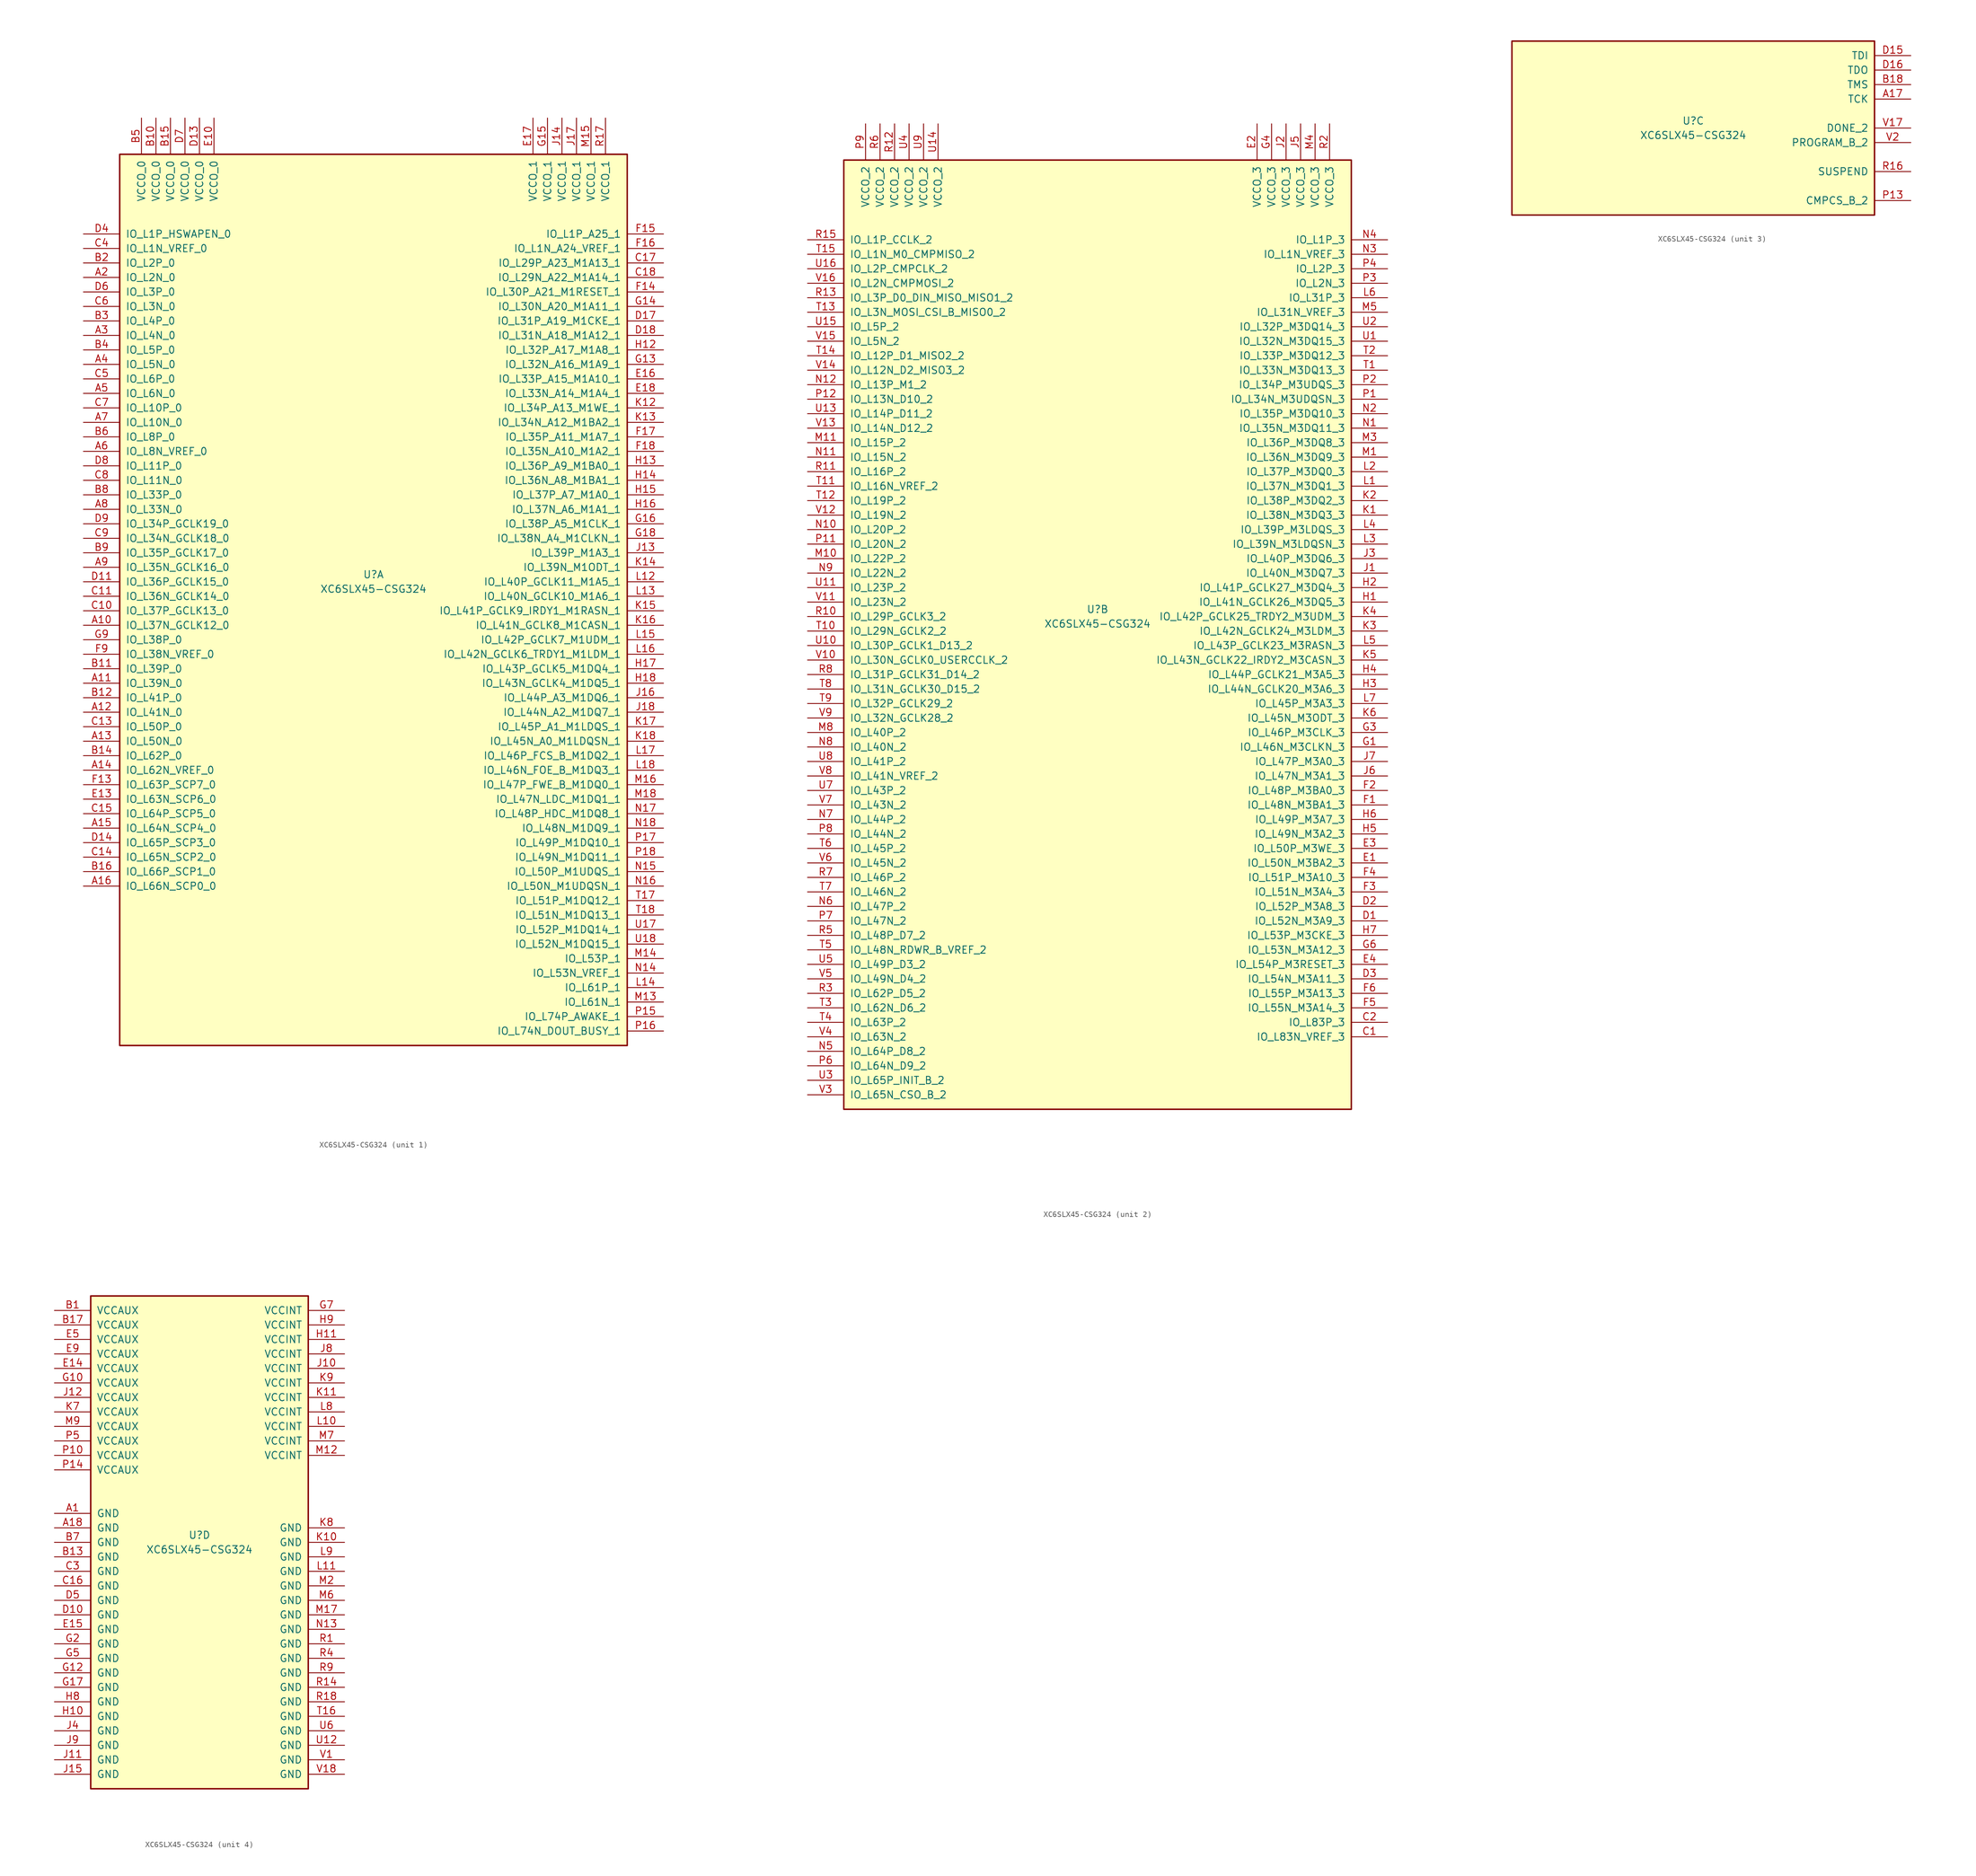
<source format=kicad_sym>
(kicad_symbol_lib
  (version 20220914)
  (generator kicad_symbol_editor)
  (symbol "XC6SLX45-CSG324"
    (pin_names
      (offset 1.016))
    (property "Reference" "U"
      (at 0 1.27 0)
      (effects (font (size 1.27 1.27))))
    (property "Value" "XC6SLX45-CSG324"
      (at 0 -1.27 0)
      (effects (font (size 1.27 1.27))))
    (property "Datasheet" ""
      (at 0 0 0)
      (effects (font (size 1.27 1.27))))
    (property "ki_locked" ""
      (at 0 0 0)
      (effects (font (size 1.27 1.27))))
    (symbol "XC6SLX45-CSG324_1_1"
      (rectangle (start -44.45 74.93) (end 44.45 -81.28) (stroke (width 0.254) (type default)) (fill (type background)))
      (pin bidirectional line (at -50.8 -7.62 0) (length 6.35) (name "IO_L37N_GCLK12_0" (effects (font (size 1.27 1.27)))) (number "A10" (effects (font (size 1.27 1.27)))))
      (pin bidirectional line (at -50.8 -17.78 0) (length 6.35) (name "IO_L39N_0" (effects (font (size 1.27 1.27)))) (number "A11" (effects (font (size 1.27 1.27)))))
      (pin bidirectional line (at -50.8 -22.86 0) (length 6.35) (name "IO_L41N_0" (effects (font (size 1.27 1.27)))) (number "A12" (effects (font (size 1.27 1.27)))))
      (pin bidirectional line (at -50.8 -27.94 0) (length 6.35) (name "IO_L50N_0" (effects (font (size 1.27 1.27)))) (number "A13" (effects (font (size 1.27 1.27)))))
      (pin bidirectional line (at -50.8 -33.02 0) (length 6.35) (name "IO_L62N_VREF_0" (effects (font (size 1.27 1.27)))) (number "A14" (effects (font (size 1.27 1.27)))))
      (pin bidirectional line (at -50.8 -43.18 0) (length 6.35) (name "IO_L64N_SCP4_0" (effects (font (size 1.27 1.27)))) (number "A15" (effects (font (size 1.27 1.27)))))
      (pin bidirectional line (at -50.8 -53.34 0) (length 6.35) (name "IO_L66N_SCP0_0" (effects (font (size 1.27 1.27)))) (number "A16" (effects (font (size 1.27 1.27)))))
      (pin bidirectional line (at -50.8 53.34 0) (length 6.35) (name "IO_L2N_0" (effects (font (size 1.27 1.27)))) (number "A2" (effects (font (size 1.27 1.27)))))
      (pin bidirectional line (at -50.8 43.18 0) (length 6.35) (name "IO_L4N_0" (effects (font (size 1.27 1.27)))) (number "A3" (effects (font (size 1.27 1.27)))))
      (pin bidirectional line (at -50.8 38.1 0) (length 6.35) (name "IO_L5N_0" (effects (font (size 1.27 1.27)))) (number "A4" (effects (font (size 1.27 1.27)))))
      (pin bidirectional line (at -50.8 33.02 0) (length 6.35) (name "IO_L6N_0" (effects (font (size 1.27 1.27)))) (number "A5" (effects (font (size 1.27 1.27)))))
      (pin bidirectional line (at -50.8 22.86 0) (length 6.35) (name "IO_L8N_VREF_0" (effects (font (size 1.27 1.27)))) (number "A6" (effects (font (size 1.27 1.27)))))
      (pin bidirectional line (at -50.8 27.94 0) (length 6.35) (name "IO_L10N_0" (effects (font (size 1.27 1.27)))) (number "A7" (effects (font (size 1.27 1.27)))))
      (pin bidirectional line (at -50.8 12.7 0) (length 6.35) (name "IO_L33N_0" (effects (font (size 1.27 1.27)))) (number "A8" (effects (font (size 1.27 1.27)))))
      (pin bidirectional line (at -50.8 2.54 0) (length 6.35) (name "IO_L35N_GCLK16_0" (effects (font (size 1.27 1.27)))) (number "A9" (effects (font (size 1.27 1.27)))))
      (pin power_in line (at -38.1 81.28 270) (length 6.35) (name "VCCO_0" (effects (font (size 1.27 1.27)))) (number "B10" (effects (font (size 1.27 1.27)))))
      (pin bidirectional line (at -50.8 -15.24 0) (length 6.35) (name "IO_L39P_0" (effects (font (size 1.27 1.27)))) (number "B11" (effects (font (size 1.27 1.27)))))
      (pin bidirectional line (at -50.8 -20.32 0) (length 6.35) (name "IO_L41P_0" (effects (font (size 1.27 1.27)))) (number "B12" (effects (font (size 1.27 1.27)))))
      (pin bidirectional line (at -50.8 -30.48 0) (length 6.35) (name "IO_L62P_0" (effects (font (size 1.27 1.27)))) (number "B14" (effects (font (size 1.27 1.27)))))
      (pin power_in line (at -35.56 81.28 270) (length 6.35) (name "VCCO_0" (effects (font (size 1.27 1.27)))) (number "B15" (effects (font (size 1.27 1.27)))))
      (pin bidirectional line (at -50.8 -50.8 0) (length 6.35) (name "IO_L66P_SCP1_0" (effects (font (size 1.27 1.27)))) (number "B16" (effects (font (size 1.27 1.27)))))
      (pin bidirectional line (at -50.8 55.88 0) (length 6.35) (name "IO_L2P_0" (effects (font (size 1.27 1.27)))) (number "B2" (effects (font (size 1.27 1.27)))))
      (pin bidirectional line (at -50.8 45.72 0) (length 6.35) (name "IO_L4P_0" (effects (font (size 1.27 1.27)))) (number "B3" (effects (font (size 1.27 1.27)))))
      (pin bidirectional line (at -50.8 40.64 0) (length 6.35) (name "IO_L5P_0" (effects (font (size 1.27 1.27)))) (number "B4" (effects (font (size 1.27 1.27)))))
      (pin power_in line (at -40.64 81.28 270) (length 6.35) (name "VCCO_0" (effects (font (size 1.27 1.27)))) (number "B5" (effects (font (size 1.27 1.27)))))
      (pin bidirectional line (at -50.8 25.4 0) (length 6.35) (name "IO_L8P_0" (effects (font (size 1.27 1.27)))) (number "B6" (effects (font (size 1.27 1.27)))))
      (pin bidirectional line (at -50.8 15.24 0) (length 6.35) (name "IO_L33P_0" (effects (font (size 1.27 1.27)))) (number "B8" (effects (font (size 1.27 1.27)))))
      (pin bidirectional line (at -50.8 5.08 0) (length 6.35) (name "IO_L35P_GCLK17_0" (effects (font (size 1.27 1.27)))) (number "B9" (effects (font (size 1.27 1.27)))))
      (pin bidirectional line (at -50.8 -5.08 0) (length 6.35) (name "IO_L37P_GCLK13_0" (effects (font (size 1.27 1.27)))) (number "C10" (effects (font (size 1.27 1.27)))))
      (pin bidirectional line (at -50.8 -2.54 0) (length 6.35) (name "IO_L36N_GCLK14_0" (effects (font (size 1.27 1.27)))) (number "C11" (effects (font (size 1.27 1.27)))))
      (pin bidirectional line (at -50.8 -25.4 0) (length 6.35) (name "IO_L50P_0" (effects (font (size 1.27 1.27)))) (number "C13" (effects (font (size 1.27 1.27)))))
      (pin bidirectional line (at -50.8 -48.26 0) (length 6.35) (name "IO_L65N_SCP2_0" (effects (font (size 1.27 1.27)))) (number "C14" (effects (font (size 1.27 1.27)))))
      (pin bidirectional line (at -50.8 -40.64 0) (length 6.35) (name "IO_L64P_SCP5_0" (effects (font (size 1.27 1.27)))) (number "C15" (effects (font (size 1.27 1.27)))))
      (pin bidirectional line (at 50.8 55.88 180) (length 6.35) (name "IO_L29P_A23_M1A13_1" (effects (font (size 1.27 1.27)))) (number "C17" (effects (font (size 1.27 1.27)))))
      (pin bidirectional line (at 50.8 53.34 180) (length 6.35) (name "IO_L29N_A22_M1A14_1" (effects (font (size 1.27 1.27)))) (number "C18" (effects (font (size 1.27 1.27)))))
      (pin bidirectional line (at -50.8 58.42 0) (length 6.35) (name "IO_L1N_VREF_0" (effects (font (size 1.27 1.27)))) (number "C4" (effects (font (size 1.27 1.27)))))
      (pin bidirectional line (at -50.8 35.56 0) (length 6.35) (name "IO_L6P_0" (effects (font (size 1.27 1.27)))) (number "C5" (effects (font (size 1.27 1.27)))))
      (pin bidirectional line (at -50.8 48.26 0) (length 6.35) (name "IO_L3N_0" (effects (font (size 1.27 1.27)))) (number "C6" (effects (font (size 1.27 1.27)))))
      (pin bidirectional line (at -50.8 30.48 0) (length 6.35) (name "IO_L10P_0" (effects (font (size 1.27 1.27)))) (number "C7" (effects (font (size 1.27 1.27)))))
      (pin bidirectional line (at -50.8 17.78 0) (length 6.35) (name "IO_L11N_0" (effects (font (size 1.27 1.27)))) (number "C8" (effects (font (size 1.27 1.27)))))
      (pin bidirectional line (at -50.8 7.62 0) (length 6.35) (name "IO_L34N_GCLK18_0" (effects (font (size 1.27 1.27)))) (number "C9" (effects (font (size 1.27 1.27)))))
      (pin bidirectional line (at -50.8 0 0) (length 6.35) (name "IO_L36P_GCLK15_0" (effects (font (size 1.27 1.27)))) (number "D11" (effects (font (size 1.27 1.27)))))
      (pin power_in line (at -30.48 81.28 270) (length 6.35) (name "VCCO_0" (effects (font (size 1.27 1.27)))) (number "D13" (effects (font (size 1.27 1.27)))))
      (pin bidirectional line (at -50.8 -45.72 0) (length 6.35) (name "IO_L65P_SCP3_0" (effects (font (size 1.27 1.27)))) (number "D14" (effects (font (size 1.27 1.27)))))
      (pin bidirectional line (at 50.8 45.72 180) (length 6.35) (name "IO_L31P_A19_M1CKE_1" (effects (font (size 1.27 1.27)))) (number "D17" (effects (font (size 1.27 1.27)))))
      (pin bidirectional line (at 50.8 43.18 180) (length 6.35) (name "IO_L31N_A18_M1A12_1" (effects (font (size 1.27 1.27)))) (number "D18" (effects (font (size 1.27 1.27)))))
      (pin bidirectional line (at -50.8 60.96 0) (length 6.35) (name "IO_L1P_HSWAPEN_0" (effects (font (size 1.27 1.27)))) (number "D4" (effects (font (size 1.27 1.27)))))
      (pin bidirectional line (at -50.8 50.8 0) (length 6.35) (name "IO_L3P_0" (effects (font (size 1.27 1.27)))) (number "D6" (effects (font (size 1.27 1.27)))))
      (pin power_in line (at -33.02 81.28 270) (length 6.35) (name "VCCO_0" (effects (font (size 1.27 1.27)))) (number "D7" (effects (font (size 1.27 1.27)))))
      (pin bidirectional line (at -50.8 20.32 0) (length 6.35) (name "IO_L11P_0" (effects (font (size 1.27 1.27)))) (number "D8" (effects (font (size 1.27 1.27)))))
      (pin bidirectional line (at -50.8 10.16 0) (length 6.35) (name "IO_L34P_GCLK19_0" (effects (font (size 1.27 1.27)))) (number "D9" (effects (font (size 1.27 1.27)))))
      (pin power_in line (at -27.94 81.28 270) (length 6.35) (name "VCCO_0" (effects (font (size 1.27 1.27)))) (number "E10" (effects (font (size 1.27 1.27)))))
      (pin bidirectional line (at -50.8 -38.1 0) (length 6.35) (name "IO_L63N_SCP6_0" (effects (font (size 1.27 1.27)))) (number "E13" (effects (font (size 1.27 1.27)))))
      (pin bidirectional line (at 50.8 35.56 180) (length 6.35) (name "IO_L33P_A15_M1A10_1" (effects (font (size 1.27 1.27)))) (number "E16" (effects (font (size 1.27 1.27)))))
      (pin power_in line (at 27.94 81.28 270) (length 6.35) (name "VCCO_1" (effects (font (size 1.27 1.27)))) (number "E17" (effects (font (size 1.27 1.27)))))
      (pin bidirectional line (at 50.8 33.02 180) (length 6.35) (name "IO_L33N_A14_M1A4_1" (effects (font (size 1.27 1.27)))) (number "E18" (effects (font (size 1.27 1.27)))))
      (pin bidirectional line (at -50.8 -35.56 0) (length 6.35) (name "IO_L63P_SCP7_0" (effects (font (size 1.27 1.27)))) (number "F13" (effects (font (size 1.27 1.27)))))
      (pin bidirectional line (at 50.8 50.8 180) (length 6.35) (name "IO_L30P_A21_M1RESET_1" (effects (font (size 1.27 1.27)))) (number "F14" (effects (font (size 1.27 1.27)))))
      (pin bidirectional line (at 50.8 60.96 180) (length 6.35) (name "IO_L1P_A25_1" (effects (font (size 1.27 1.27)))) (number "F15" (effects (font (size 1.27 1.27)))))
      (pin bidirectional line (at 50.8 58.42 180) (length 6.35) (name "IO_L1N_A24_VREF_1" (effects (font (size 1.27 1.27)))) (number "F16" (effects (font (size 1.27 1.27)))))
      (pin bidirectional line (at 50.8 25.4 180) (length 6.35) (name "IO_L35P_A11_M1A7_1" (effects (font (size 1.27 1.27)))) (number "F17" (effects (font (size 1.27 1.27)))))
      (pin bidirectional line (at 50.8 22.86 180) (length 6.35) (name "IO_L35N_A10_M1A2_1" (effects (font (size 1.27 1.27)))) (number "F18" (effects (font (size 1.27 1.27)))))
      (pin bidirectional line (at -50.8 -12.7 0) (length 6.35) (name "IO_L38N_VREF_0" (effects (font (size 1.27 1.27)))) (number "F9" (effects (font (size 1.27 1.27)))))
      (pin bidirectional line (at 50.8 38.1 180) (length 6.35) (name "IO_L32N_A16_M1A9_1" (effects (font (size 1.27 1.27)))) (number "G13" (effects (font (size 1.27 1.27)))))
      (pin bidirectional line (at 50.8 48.26 180) (length 6.35) (name "IO_L30N_A20_M1A11_1" (effects (font (size 1.27 1.27)))) (number "G14" (effects (font (size 1.27 1.27)))))
      (pin power_in line (at 30.48 81.28 270) (length 6.35) (name "VCCO_1" (effects (font (size 1.27 1.27)))) (number "G15" (effects (font (size 1.27 1.27)))))
      (pin bidirectional line (at 50.8 10.16 180) (length 6.35) (name "IO_L38P_A5_M1CLK_1" (effects (font (size 1.27 1.27)))) (number "G16" (effects (font (size 1.27 1.27)))))
      (pin bidirectional line (at 50.8 7.62 180) (length 6.35) (name "IO_L38N_A4_M1CLKN_1" (effects (font (size 1.27 1.27)))) (number "G18" (effects (font (size 1.27 1.27)))))
      (pin bidirectional line (at -50.8 -10.16 0) (length 6.35) (name "IO_L38P_0" (effects (font (size 1.27 1.27)))) (number "G9" (effects (font (size 1.27 1.27)))))
      (pin bidirectional line (at 50.8 40.64 180) (length 6.35) (name "IO_L32P_A17_M1A8_1" (effects (font (size 1.27 1.27)))) (number "H12" (effects (font (size 1.27 1.27)))))
      (pin bidirectional line (at 50.8 20.32 180) (length 6.35) (name "IO_L36P_A9_M1BA0_1" (effects (font (size 1.27 1.27)))) (number "H13" (effects (font (size 1.27 1.27)))))
      (pin bidirectional line (at 50.8 17.78 180) (length 6.35) (name "IO_L36N_A8_M1BA1_1" (effects (font (size 1.27 1.27)))) (number "H14" (effects (font (size 1.27 1.27)))))
      (pin bidirectional line (at 50.8 15.24 180) (length 6.35) (name "IO_L37P_A7_M1A0_1" (effects (font (size 1.27 1.27)))) (number "H15" (effects (font (size 1.27 1.27)))))
      (pin bidirectional line (at 50.8 12.7 180) (length 6.35) (name "IO_L37N_A6_M1A1_1" (effects (font (size 1.27 1.27)))) (number "H16" (effects (font (size 1.27 1.27)))))
      (pin bidirectional line (at 50.8 -15.24 180) (length 6.35) (name "IO_L43P_GCLK5_M1DQ4_1" (effects (font (size 1.27 1.27)))) (number "H17" (effects (font (size 1.27 1.27)))))
      (pin bidirectional line (at 50.8 -17.78 180) (length 6.35) (name "IO_L43N_GCLK4_M1DQ5_1" (effects (font (size 1.27 1.27)))) (number "H18" (effects (font (size 1.27 1.27)))))
      (pin bidirectional line (at 50.8 5.08 180) (length 6.35) (name "IO_L39P_M1A3_1" (effects (font (size 1.27 1.27)))) (number "J13" (effects (font (size 1.27 1.27)))))
      (pin power_in line (at 33.02 81.28 270) (length 6.35) (name "VCCO_1" (effects (font (size 1.27 1.27)))) (number "J14" (effects (font (size 1.27 1.27)))))
      (pin bidirectional line (at 50.8 -20.32 180) (length 6.35) (name "IO_L44P_A3_M1DQ6_1" (effects (font (size 1.27 1.27)))) (number "J16" (effects (font (size 1.27 1.27)))))
      (pin power_in line (at 35.56 81.28 270) (length 6.35) (name "VCCO_1" (effects (font (size 1.27 1.27)))) (number "J17" (effects (font (size 1.27 1.27)))))
      (pin bidirectional line (at 50.8 -22.86 180) (length 6.35) (name "IO_L44N_A2_M1DQ7_1" (effects (font (size 1.27 1.27)))) (number "J18" (effects (font (size 1.27 1.27)))))
      (pin bidirectional line (at 50.8 30.48 180) (length 6.35) (name "IO_L34P_A13_M1WE_1" (effects (font (size 1.27 1.27)))) (number "K12" (effects (font (size 1.27 1.27)))))
      (pin bidirectional line (at 50.8 27.94 180) (length 6.35) (name "IO_L34N_A12_M1BA2_1" (effects (font (size 1.27 1.27)))) (number "K13" (effects (font (size 1.27 1.27)))))
      (pin bidirectional line (at 50.8 2.54 180) (length 6.35) (name "IO_L39N_M1ODT_1" (effects (font (size 1.27 1.27)))) (number "K14" (effects (font (size 1.27 1.27)))))
      (pin bidirectional line (at 50.8 -5.08 180) (length 6.35) (name "IO_L41P_GCLK9_IRDY1_M1RASN_1" (effects (font (size 1.27 1.27)))) (number "K15" (effects (font (size 1.27 1.27)))))
      (pin bidirectional line (at 50.8 -7.62 180) (length 6.35) (name "IO_L41N_GCLK8_M1CASN_1" (effects (font (size 1.27 1.27)))) (number "K16" (effects (font (size 1.27 1.27)))))
      (pin bidirectional line (at 50.8 -25.4 180) (length 6.35) (name "IO_L45P_A1_M1LDQS_1" (effects (font (size 1.27 1.27)))) (number "K17" (effects (font (size 1.27 1.27)))))
      (pin bidirectional line (at 50.8 -27.94 180) (length 6.35) (name "IO_L45N_A0_M1LDQSN_1" (effects (font (size 1.27 1.27)))) (number "K18" (effects (font (size 1.27 1.27)))))
      (pin bidirectional line (at 50.8 0 180) (length 6.35) (name "IO_L40P_GCLK11_M1A5_1" (effects (font (size 1.27 1.27)))) (number "L12" (effects (font (size 1.27 1.27)))))
      (pin bidirectional line (at 50.8 -2.54 180) (length 6.35) (name "IO_L40N_GCLK10_M1A6_1" (effects (font (size 1.27 1.27)))) (number "L13" (effects (font (size 1.27 1.27)))))
      (pin bidirectional line (at 50.8 -71.12 180) (length 6.35) (name "IO_L61P_1" (effects (font (size 1.27 1.27)))) (number "L14" (effects (font (size 1.27 1.27)))))
      (pin bidirectional line (at 50.8 -10.16 180) (length 6.35) (name "IO_L42P_GCLK7_M1UDM_1" (effects (font (size 1.27 1.27)))) (number "L15" (effects (font (size 1.27 1.27)))))
      (pin bidirectional line (at 50.8 -12.7 180) (length 6.35) (name "IO_L42N_GCLK6_TRDY1_M1LDM_1" (effects (font (size 1.27 1.27)))) (number "L16" (effects (font (size 1.27 1.27)))))
      (pin bidirectional line (at 50.8 -30.48 180) (length 6.35) (name "IO_L46P_FCS_B_M1DQ2_1" (effects (font (size 1.27 1.27)))) (number "L17" (effects (font (size 1.27 1.27)))))
      (pin bidirectional line (at 50.8 -33.02 180) (length 6.35) (name "IO_L46N_FOE_B_M1DQ3_1" (effects (font (size 1.27 1.27)))) (number "L18" (effects (font (size 1.27 1.27)))))
      (pin bidirectional line (at 50.8 -73.66 180) (length 6.35) (name "IO_L61N_1" (effects (font (size 1.27 1.27)))) (number "M13" (effects (font (size 1.27 1.27)))))
      (pin bidirectional line (at 50.8 -66.04 180) (length 6.35) (name "IO_L53P_1" (effects (font (size 1.27 1.27)))) (number "M14" (effects (font (size 1.27 1.27)))))
      (pin power_in line (at 38.1 81.28 270) (length 6.35) (name "VCCO_1" (effects (font (size 1.27 1.27)))) (number "M15" (effects (font (size 1.27 1.27)))))
      (pin bidirectional line (at 50.8 -35.56 180) (length 6.35) (name "IO_L47P_FWE_B_M1DQ0_1" (effects (font (size 1.27 1.27)))) (number "M16" (effects (font (size 1.27 1.27)))))
      (pin bidirectional line (at 50.8 -38.1 180) (length 6.35) (name "IO_L47N_LDC_M1DQ1_1" (effects (font (size 1.27 1.27)))) (number "M18" (effects (font (size 1.27 1.27)))))
      (pin bidirectional line (at 50.8 -68.58 180) (length 6.35) (name "IO_L53N_VREF_1" (effects (font (size 1.27 1.27)))) (number "N14" (effects (font (size 1.27 1.27)))))
      (pin bidirectional line (at 50.8 -50.8 180) (length 6.35) (name "IO_L50P_M1UDQS_1" (effects (font (size 1.27 1.27)))) (number "N15" (effects (font (size 1.27 1.27)))))
      (pin bidirectional line (at 50.8 -53.34 180) (length 6.35) (name "IO_L50N_M1UDQSN_1" (effects (font (size 1.27 1.27)))) (number "N16" (effects (font (size 1.27 1.27)))))
      (pin bidirectional line (at 50.8 -40.64 180) (length 6.35) (name "IO_L48P_HDC_M1DQ8_1" (effects (font (size 1.27 1.27)))) (number "N17" (effects (font (size 1.27 1.27)))))
      (pin bidirectional line (at 50.8 -43.18 180) (length 6.35) (name "IO_L48N_M1DQ9_1" (effects (font (size 1.27 1.27)))) (number "N18" (effects (font (size 1.27 1.27)))))
      (pin bidirectional line (at 50.8 -76.2 180) (length 6.35) (name "IO_L74P_AWAKE_1" (effects (font (size 1.27 1.27)))) (number "P15" (effects (font (size 1.27 1.27)))))
      (pin bidirectional line (at 50.8 -78.74 180) (length 6.35) (name "IO_L74N_DOUT_BUSY_1" (effects (font (size 1.27 1.27)))) (number "P16" (effects (font (size 1.27 1.27)))))
      (pin bidirectional line (at 50.8 -45.72 180) (length 6.35) (name "IO_L49P_M1DQ10_1" (effects (font (size 1.27 1.27)))) (number "P17" (effects (font (size 1.27 1.27)))))
      (pin bidirectional line (at 50.8 -48.26 180) (length 6.35) (name "IO_L49N_M1DQ11_1" (effects (font (size 1.27 1.27)))) (number "P18" (effects (font (size 1.27 1.27)))))
      (pin power_in line (at 40.64 81.28 270) (length 6.35) (name "VCCO_1" (effects (font (size 1.27 1.27)))) (number "R17" (effects (font (size 1.27 1.27)))))
      (pin bidirectional line (at 50.8 -55.88 180) (length 6.35) (name "IO_L51P_M1DQ12_1" (effects (font (size 1.27 1.27)))) (number "T17" (effects (font (size 1.27 1.27)))))
      (pin bidirectional line (at 50.8 -58.42 180) (length 6.35) (name "IO_L51N_M1DQ13_1" (effects (font (size 1.27 1.27)))) (number "T18" (effects (font (size 1.27 1.27)))))
      (pin bidirectional line (at 50.8 -60.96 180) (length 6.35) (name "IO_L52P_M1DQ14_1" (effects (font (size 1.27 1.27)))) (number "U17" (effects (font (size 1.27 1.27)))))
      (pin bidirectional line (at 50.8 -63.5 180) (length 6.35) (name "IO_L52N_M1DQ15_1" (effects (font (size 1.27 1.27)))) (number "U18" (effects (font (size 1.27 1.27))))))
    (symbol "XC6SLX45-CSG324_2_1"
      (rectangle (start -44.45 80.01) (end 44.45 -86.36) (stroke (width 0.254) (type default)) (fill (type background)))
      (pin bidirectional line (at 50.8 -73.66 180) (length 6.35) (name "IO_L83N_VREF_3" (effects (font (size 1.27 1.27)))) (number "C1" (effects (font (size 1.27 1.27)))))
      (pin bidirectional line (at 50.8 -71.12 180) (length 6.35) (name "IO_L83P_3" (effects (font (size 1.27 1.27)))) (number "C2" (effects (font (size 1.27 1.27)))))
      (pin bidirectional line (at 50.8 -53.34 180) (length 6.35) (name "IO_L52N_M3A9_3" (effects (font (size 1.27 1.27)))) (number "D1" (effects (font (size 1.27 1.27)))))
      (pin bidirectional line (at 50.8 -50.8 180) (length 6.35) (name "IO_L52P_M3A8_3" (effects (font (size 1.27 1.27)))) (number "D2" (effects (font (size 1.27 1.27)))))
      (pin bidirectional line (at 50.8 -63.5 180) (length 6.35) (name "IO_L54N_M3A11_3" (effects (font (size 1.27 1.27)))) (number "D3" (effects (font (size 1.27 1.27)))))
      (pin bidirectional line (at 50.8 -43.18 180) (length 6.35) (name "IO_L50N_M3BA2_3" (effects (font (size 1.27 1.27)))) (number "E1" (effects (font (size 1.27 1.27)))))
      (pin power_in line (at 27.94 86.36 270) (length 6.35) (name "VCCO_3" (effects (font (size 1.27 1.27)))) (number "E2" (effects (font (size 1.27 1.27)))))
      (pin bidirectional line (at 50.8 -40.64 180) (length 6.35) (name "IO_L50P_M3WE_3" (effects (font (size 1.27 1.27)))) (number "E3" (effects (font (size 1.27 1.27)))))
      (pin bidirectional line (at 50.8 -60.96 180) (length 6.35) (name "IO_L54P_M3RESET_3" (effects (font (size 1.27 1.27)))) (number "E4" (effects (font (size 1.27 1.27)))))
      (pin bidirectional line (at 50.8 -33.02 180) (length 6.35) (name "IO_L48N_M3BA1_3" (effects (font (size 1.27 1.27)))) (number "F1" (effects (font (size 1.27 1.27)))))
      (pin bidirectional line (at 50.8 -30.48 180) (length 6.35) (name "IO_L48P_M3BA0_3" (effects (font (size 1.27 1.27)))) (number "F2" (effects (font (size 1.27 1.27)))))
      (pin bidirectional line (at 50.8 -48.26 180) (length 6.35) (name "IO_L51N_M3A4_3" (effects (font (size 1.27 1.27)))) (number "F3" (effects (font (size 1.27 1.27)))))
      (pin bidirectional line (at 50.8 -45.72 180) (length 6.35) (name "IO_L51P_M3A10_3" (effects (font (size 1.27 1.27)))) (number "F4" (effects (font (size 1.27 1.27)))))
      (pin bidirectional line (at 50.8 -68.58 180) (length 6.35) (name "IO_L55N_M3A14_3" (effects (font (size 1.27 1.27)))) (number "F5" (effects (font (size 1.27 1.27)))))
      (pin bidirectional line (at 50.8 -66.04 180) (length 6.35) (name "IO_L55P_M3A13_3" (effects (font (size 1.27 1.27)))) (number "F6" (effects (font (size 1.27 1.27)))))
      (pin bidirectional line (at 50.8 -22.86 180) (length 6.35) (name "IO_L46N_M3CLKN_3" (effects (font (size 1.27 1.27)))) (number "G1" (effects (font (size 1.27 1.27)))))
      (pin bidirectional line (at 50.8 -20.32 180) (length 6.35) (name "IO_L46P_M3CLK_3" (effects (font (size 1.27 1.27)))) (number "G3" (effects (font (size 1.27 1.27)))))
      (pin power_in line (at 30.48 86.36 270) (length 6.35) (name "VCCO_3" (effects (font (size 1.27 1.27)))) (number "G4" (effects (font (size 1.27 1.27)))))
      (pin bidirectional line (at 50.8 -58.42 180) (length 6.35) (name "IO_L53N_M3A12_3" (effects (font (size 1.27 1.27)))) (number "G6" (effects (font (size 1.27 1.27)))))
      (pin bidirectional line (at 50.8 2.54 180) (length 6.35) (name "IO_L41N_GCLK26_M3DQ5_3" (effects (font (size 1.27 1.27)))) (number "H1" (effects (font (size 1.27 1.27)))))
      (pin bidirectional line (at 50.8 5.08 180) (length 6.35) (name "IO_L41P_GCLK27_M3DQ4_3" (effects (font (size 1.27 1.27)))) (number "H2" (effects (font (size 1.27 1.27)))))
      (pin bidirectional line (at 50.8 -12.7 180) (length 6.35) (name "IO_L44N_GCLK20_M3A6_3" (effects (font (size 1.27 1.27)))) (number "H3" (effects (font (size 1.27 1.27)))))
      (pin bidirectional line (at 50.8 -10.16 180) (length 6.35) (name "IO_L44P_GCLK21_M3A5_3" (effects (font (size 1.27 1.27)))) (number "H4" (effects (font (size 1.27 1.27)))))
      (pin bidirectional line (at 50.8 -38.1 180) (length 6.35) (name "IO_L49N_M3A2_3" (effects (font (size 1.27 1.27)))) (number "H5" (effects (font (size 1.27 1.27)))))
      (pin bidirectional line (at 50.8 -35.56 180) (length 6.35) (name "IO_L49P_M3A7_3" (effects (font (size 1.27 1.27)))) (number "H6" (effects (font (size 1.27 1.27)))))
      (pin bidirectional line (at 50.8 -55.88 180) (length 6.35) (name "IO_L53P_M3CKE_3" (effects (font (size 1.27 1.27)))) (number "H7" (effects (font (size 1.27 1.27)))))
      (pin bidirectional line (at 50.8 7.62 180) (length 6.35) (name "IO_L40N_M3DQ7_3" (effects (font (size 1.27 1.27)))) (number "J1" (effects (font (size 1.27 1.27)))))
      (pin power_in line (at 33.02 86.36 270) (length 6.35) (name "VCCO_3" (effects (font (size 1.27 1.27)))) (number "J2" (effects (font (size 1.27 1.27)))))
      (pin bidirectional line (at 50.8 10.16 180) (length 6.35) (name "IO_L40P_M3DQ6_3" (effects (font (size 1.27 1.27)))) (number "J3" (effects (font (size 1.27 1.27)))))
      (pin power_in line (at 35.56 86.36 270) (length 6.35) (name "VCCO_3" (effects (font (size 1.27 1.27)))) (number "J5" (effects (font (size 1.27 1.27)))))
      (pin bidirectional line (at 50.8 -27.94 180) (length 6.35) (name "IO_L47N_M3A1_3" (effects (font (size 1.27 1.27)))) (number "J6" (effects (font (size 1.27 1.27)))))
      (pin bidirectional line (at 50.8 -25.4 180) (length 6.35) (name "IO_L47P_M3A0_3" (effects (font (size 1.27 1.27)))) (number "J7" (effects (font (size 1.27 1.27)))))
      (pin bidirectional line (at 50.8 17.78 180) (length 6.35) (name "IO_L38N_M3DQ3_3" (effects (font (size 1.27 1.27)))) (number "K1" (effects (font (size 1.27 1.27)))))
      (pin bidirectional line (at 50.8 20.32 180) (length 6.35) (name "IO_L38P_M3DQ2_3" (effects (font (size 1.27 1.27)))) (number "K2" (effects (font (size 1.27 1.27)))))
      (pin bidirectional line (at 50.8 -2.54 180) (length 6.35) (name "IO_L42N_GCLK24_M3LDM_3" (effects (font (size 1.27 1.27)))) (number "K3" (effects (font (size 1.27 1.27)))))
      (pin bidirectional line (at 50.8 0 180) (length 6.35) (name "IO_L42P_GCLK25_TRDY2_M3UDM_3" (effects (font (size 1.27 1.27)))) (number "K4" (effects (font (size 1.27 1.27)))))
      (pin bidirectional line (at 50.8 -7.62 180) (length 6.35) (name "IO_L43N_GCLK22_IRDY2_M3CASN_3" (effects (font (size 1.27 1.27)))) (number "K5" (effects (font (size 1.27 1.27)))))
      (pin bidirectional line (at 50.8 -17.78 180) (length 6.35) (name "IO_L45N_M3ODT_3" (effects (font (size 1.27 1.27)))) (number "K6" (effects (font (size 1.27 1.27)))))
      (pin bidirectional line (at 50.8 22.86 180) (length 6.35) (name "IO_L37N_M3DQ1_3" (effects (font (size 1.27 1.27)))) (number "L1" (effects (font (size 1.27 1.27)))))
      (pin bidirectional line (at 50.8 25.4 180) (length 6.35) (name "IO_L37P_M3DQ0_3" (effects (font (size 1.27 1.27)))) (number "L2" (effects (font (size 1.27 1.27)))))
      (pin bidirectional line (at 50.8 12.7 180) (length 6.35) (name "IO_L39N_M3LDQSN_3" (effects (font (size 1.27 1.27)))) (number "L3" (effects (font (size 1.27 1.27)))))
      (pin bidirectional line (at 50.8 15.24 180) (length 6.35) (name "IO_L39P_M3LDQS_3" (effects (font (size 1.27 1.27)))) (number "L4" (effects (font (size 1.27 1.27)))))
      (pin bidirectional line (at 50.8 -5.08 180) (length 6.35) (name "IO_L43P_GCLK23_M3RASN_3" (effects (font (size 1.27 1.27)))) (number "L5" (effects (font (size 1.27 1.27)))))
      (pin bidirectional line (at 50.8 55.88 180) (length 6.35) (name "IO_L31P_3" (effects (font (size 1.27 1.27)))) (number "L6" (effects (font (size 1.27 1.27)))))
      (pin bidirectional line (at 50.8 -15.24 180) (length 6.35) (name "IO_L45P_M3A3_3" (effects (font (size 1.27 1.27)))) (number "L7" (effects (font (size 1.27 1.27)))))
      (pin bidirectional line (at 50.8 27.94 180) (length 6.35) (name "IO_L36N_M3DQ9_3" (effects (font (size 1.27 1.27)))) (number "M1" (effects (font (size 1.27 1.27)))))
      (pin bidirectional line (at -50.8 10.16 0) (length 6.35) (name "IO_L22P_2" (effects (font (size 1.27 1.27)))) (number "M10" (effects (font (size 1.27 1.27)))))
      (pin bidirectional line (at -50.8 30.48 0) (length 6.35) (name "IO_L15P_2" (effects (font (size 1.27 1.27)))) (number "M11" (effects (font (size 1.27 1.27)))))
      (pin bidirectional line (at 50.8 30.48 180) (length 6.35) (name "IO_L36P_M3DQ8_3" (effects (font (size 1.27 1.27)))) (number "M3" (effects (font (size 1.27 1.27)))))
      (pin power_in line (at 38.1 86.36 270) (length 6.35) (name "VCCO_3" (effects (font (size 1.27 1.27)))) (number "M4" (effects (font (size 1.27 1.27)))))
      (pin bidirectional line (at 50.8 53.34 180) (length 6.35) (name "IO_L31N_VREF_3" (effects (font (size 1.27 1.27)))) (number "M5" (effects (font (size 1.27 1.27)))))
      (pin bidirectional line (at -50.8 -20.32 0) (length 6.35) (name "IO_L40P_2" (effects (font (size 1.27 1.27)))) (number "M8" (effects (font (size 1.27 1.27)))))
      (pin bidirectional line (at 50.8 33.02 180) (length 6.35) (name "IO_L35N_M3DQ11_3" (effects (font (size 1.27 1.27)))) (number "N1" (effects (font (size 1.27 1.27)))))
      (pin bidirectional line (at -50.8 15.24 0) (length 6.35) (name "IO_L20P_2" (effects (font (size 1.27 1.27)))) (number "N10" (effects (font (size 1.27 1.27)))))
      (pin bidirectional line (at -50.8 27.94 0) (length 6.35) (name "IO_L15N_2" (effects (font (size 1.27 1.27)))) (number "N11" (effects (font (size 1.27 1.27)))))
      (pin bidirectional line (at -50.8 40.64 0) (length 6.35) (name "IO_L13P_M1_2" (effects (font (size 1.27 1.27)))) (number "N12" (effects (font (size 1.27 1.27)))))
      (pin bidirectional line (at 50.8 35.56 180) (length 6.35) (name "IO_L35P_M3DQ10_3" (effects (font (size 1.27 1.27)))) (number "N2" (effects (font (size 1.27 1.27)))))
      (pin bidirectional line (at 50.8 63.5 180) (length 6.35) (name "IO_L1N_VREF_3" (effects (font (size 1.27 1.27)))) (number "N3" (effects (font (size 1.27 1.27)))))
      (pin bidirectional line (at 50.8 66.04 180) (length 6.35) (name "IO_L1P_3" (effects (font (size 1.27 1.27)))) (number "N4" (effects (font (size 1.27 1.27)))))
      (pin bidirectional line (at -50.8 -76.2 0) (length 6.35) (name "IO_L64P_D8_2" (effects (font (size 1.27 1.27)))) (number "N5" (effects (font (size 1.27 1.27)))))
      (pin bidirectional line (at -50.8 -50.8 0) (length 6.35) (name "IO_L47P_2" (effects (font (size 1.27 1.27)))) (number "N6" (effects (font (size 1.27 1.27)))))
      (pin bidirectional line (at -50.8 -35.56 0) (length 6.35) (name "IO_L44P_2" (effects (font (size 1.27 1.27)))) (number "N7" (effects (font (size 1.27 1.27)))))
      (pin bidirectional line (at -50.8 -22.86 0) (length 6.35) (name "IO_L40N_2" (effects (font (size 1.27 1.27)))) (number "N8" (effects (font (size 1.27 1.27)))))
      (pin bidirectional line (at -50.8 7.62 0) (length 6.35) (name "IO_L22N_2" (effects (font (size 1.27 1.27)))) (number "N9" (effects (font (size 1.27 1.27)))))
      (pin bidirectional line (at 50.8 38.1 180) (length 6.35) (name "IO_L34N_M3UDQSN_3" (effects (font (size 1.27 1.27)))) (number "P1" (effects (font (size 1.27 1.27)))))
      (pin bidirectional line (at -50.8 12.7 0) (length 6.35) (name "IO_L20N_2" (effects (font (size 1.27 1.27)))) (number "P11" (effects (font (size 1.27 1.27)))))
      (pin bidirectional line (at -50.8 38.1 0) (length 6.35) (name "IO_L13N_D10_2" (effects (font (size 1.27 1.27)))) (number "P12" (effects (font (size 1.27 1.27)))))
      (pin bidirectional line (at 50.8 40.64 180) (length 6.35) (name "IO_L34P_M3UDQS_3" (effects (font (size 1.27 1.27)))) (number "P2" (effects (font (size 1.27 1.27)))))
      (pin bidirectional line (at 50.8 58.42 180) (length 6.35) (name "IO_L2N_3" (effects (font (size 1.27 1.27)))) (number "P3" (effects (font (size 1.27 1.27)))))
      (pin bidirectional line (at 50.8 60.96 180) (length 6.35) (name "IO_L2P_3" (effects (font (size 1.27 1.27)))) (number "P4" (effects (font (size 1.27 1.27)))))
      (pin bidirectional line (at -50.8 -78.74 0) (length 6.35) (name "IO_L64N_D9_2" (effects (font (size 1.27 1.27)))) (number "P6" (effects (font (size 1.27 1.27)))))
      (pin bidirectional line (at -50.8 -53.34 0) (length 6.35) (name "IO_L47N_2" (effects (font (size 1.27 1.27)))) (number "P7" (effects (font (size 1.27 1.27)))))
      (pin bidirectional line (at -50.8 -38.1 0) (length 6.35) (name "IO_L44N_2" (effects (font (size 1.27 1.27)))) (number "P8" (effects (font (size 1.27 1.27)))))
      (pin power_in line (at -40.64 86.36 270) (length 6.35) (name "VCCO_2" (effects (font (size 1.27 1.27)))) (number "P9" (effects (font (size 1.27 1.27)))))
      (pin bidirectional line (at -50.8 0 0) (length 6.35) (name "IO_L29P_GCLK3_2" (effects (font (size 1.27 1.27)))) (number "R10" (effects (font (size 1.27 1.27)))))
      (pin bidirectional line (at -50.8 25.4 0) (length 6.35) (name "IO_L16P_2" (effects (font (size 1.27 1.27)))) (number "R11" (effects (font (size 1.27 1.27)))))
      (pin power_in line (at -35.56 86.36 270) (length 6.35) (name "VCCO_2" (effects (font (size 1.27 1.27)))) (number "R12" (effects (font (size 1.27 1.27)))))
      (pin bidirectional line (at -50.8 55.88 0) (length 6.35) (name "IO_L3P_D0_DIN_MISO_MISO1_2" (effects (font (size 1.27 1.27)))) (number "R13" (effects (font (size 1.27 1.27)))))
      (pin bidirectional line (at -50.8 66.04 0) (length 6.35) (name "IO_L1P_CCLK_2" (effects (font (size 1.27 1.27)))) (number "R15" (effects (font (size 1.27 1.27)))))
      (pin power_in line (at 40.64 86.36 270) (length 6.35) (name "VCCO_3" (effects (font (size 1.27 1.27)))) (number "R2" (effects (font (size 1.27 1.27)))))
      (pin bidirectional line (at -50.8 -66.04 0) (length 6.35) (name "IO_L62P_D5_2" (effects (font (size 1.27 1.27)))) (number "R3" (effects (font (size 1.27 1.27)))))
      (pin bidirectional line (at -50.8 -55.88 0) (length 6.35) (name "IO_L48P_D7_2" (effects (font (size 1.27 1.27)))) (number "R5" (effects (font (size 1.27 1.27)))))
      (pin power_in line (at -38.1 86.36 270) (length 6.35) (name "VCCO_2" (effects (font (size 1.27 1.27)))) (number "R6" (effects (font (size 1.27 1.27)))))
      (pin bidirectional line (at -50.8 -45.72 0) (length 6.35) (name "IO_L46P_2" (effects (font (size 1.27 1.27)))) (number "R7" (effects (font (size 1.27 1.27)))))
      (pin bidirectional line (at -50.8 -10.16 0) (length 6.35) (name "IO_L31P_GCLK31_D14_2" (effects (font (size 1.27 1.27)))) (number "R8" (effects (font (size 1.27 1.27)))))
      (pin bidirectional line (at 50.8 43.18 180) (length 6.35) (name "IO_L33N_M3DQ13_3" (effects (font (size 1.27 1.27)))) (number "T1" (effects (font (size 1.27 1.27)))))
      (pin bidirectional line (at -50.8 -2.54 0) (length 6.35) (name "IO_L29N_GCLK2_2" (effects (font (size 1.27 1.27)))) (number "T10" (effects (font (size 1.27 1.27)))))
      (pin bidirectional line (at -50.8 22.86 0) (length 6.35) (name "IO_L16N_VREF_2" (effects (font (size 1.27 1.27)))) (number "T11" (effects (font (size 1.27 1.27)))))
      (pin bidirectional line (at -50.8 20.32 0) (length 6.35) (name "IO_L19P_2" (effects (font (size 1.27 1.27)))) (number "T12" (effects (font (size 1.27 1.27)))))
      (pin bidirectional line (at -50.8 53.34 0) (length 6.35) (name "IO_L3N_MOSI_CSI_B_MISO0_2" (effects (font (size 1.27 1.27)))) (number "T13" (effects (font (size 1.27 1.27)))))
      (pin bidirectional line (at -50.8 45.72 0) (length 6.35) (name "IO_L12P_D1_MISO2_2" (effects (font (size 1.27 1.27)))) (number "T14" (effects (font (size 1.27 1.27)))))
      (pin bidirectional line (at -50.8 63.5 0) (length 6.35) (name "IO_L1N_M0_CMPMISO_2" (effects (font (size 1.27 1.27)))) (number "T15" (effects (font (size 1.27 1.27)))))
      (pin bidirectional line (at 50.8 45.72 180) (length 6.35) (name "IO_L33P_M3DQ12_3" (effects (font (size 1.27 1.27)))) (number "T2" (effects (font (size 1.27 1.27)))))
      (pin bidirectional line (at -50.8 -68.58 0) (length 6.35) (name "IO_L62N_D6_2" (effects (font (size 1.27 1.27)))) (number "T3" (effects (font (size 1.27 1.27)))))
      (pin bidirectional line (at -50.8 -71.12 0) (length 6.35) (name "IO_L63P_2" (effects (font (size 1.27 1.27)))) (number "T4" (effects (font (size 1.27 1.27)))))
      (pin bidirectional line (at -50.8 -58.42 0) (length 6.35) (name "IO_L48N_RDWR_B_VREF_2" (effects (font (size 1.27 1.27)))) (number "T5" (effects (font (size 1.27 1.27)))))
      (pin bidirectional line (at -50.8 -40.64 0) (length 6.35) (name "IO_L45P_2" (effects (font (size 1.27 1.27)))) (number "T6" (effects (font (size 1.27 1.27)))))
      (pin bidirectional line (at -50.8 -48.26 0) (length 6.35) (name "IO_L46N_2" (effects (font (size 1.27 1.27)))) (number "T7" (effects (font (size 1.27 1.27)))))
      (pin bidirectional line (at -50.8 -12.7 0) (length 6.35) (name "IO_L31N_GCLK30_D15_2" (effects (font (size 1.27 1.27)))) (number "T8" (effects (font (size 1.27 1.27)))))
      (pin bidirectional line (at -50.8 -15.24 0) (length 6.35) (name "IO_L32P_GCLK29_2" (effects (font (size 1.27 1.27)))) (number "T9" (effects (font (size 1.27 1.27)))))
      (pin bidirectional line (at 50.8 48.26 180) (length 6.35) (name "IO_L32N_M3DQ15_3" (effects (font (size 1.27 1.27)))) (number "U1" (effects (font (size 1.27 1.27)))))
      (pin bidirectional line (at -50.8 -5.08 0) (length 6.35) (name "IO_L30P_GCLK1_D13_2" (effects (font (size 1.27 1.27)))) (number "U10" (effects (font (size 1.27 1.27)))))
      (pin bidirectional line (at -50.8 5.08 0) (length 6.35) (name "IO_L23P_2" (effects (font (size 1.27 1.27)))) (number "U11" (effects (font (size 1.27 1.27)))))
      (pin bidirectional line (at -50.8 35.56 0) (length 6.35) (name "IO_L14P_D11_2" (effects (font (size 1.27 1.27)))) (number "U13" (effects (font (size 1.27 1.27)))))
      (pin power_in line (at -27.94 86.36 270) (length 6.35) (name "VCCO_2" (effects (font (size 1.27 1.27)))) (number "U14" (effects (font (size 1.27 1.27)))))
      (pin bidirectional line (at -50.8 50.8 0) (length 6.35) (name "IO_L5P_2" (effects (font (size 1.27 1.27)))) (number "U15" (effects (font (size 1.27 1.27)))))
      (pin bidirectional line (at -50.8 60.96 0) (length 6.35) (name "IO_L2P_CMPCLK_2" (effects (font (size 1.27 1.27)))) (number "U16" (effects (font (size 1.27 1.27)))))
      (pin bidirectional line (at 50.8 50.8 180) (length 6.35) (name "IO_L32P_M3DQ14_3" (effects (font (size 1.27 1.27)))) (number "U2" (effects (font (size 1.27 1.27)))))
      (pin bidirectional line (at -50.8 -81.28 0) (length 6.35) (name "IO_L65P_INIT_B_2" (effects (font (size 1.27 1.27)))) (number "U3" (effects (font (size 1.27 1.27)))))
      (pin power_in line (at -33.02 86.36 270) (length 6.35) (name "VCCO_2" (effects (font (size 1.27 1.27)))) (number "U4" (effects (font (size 1.27 1.27)))))
      (pin bidirectional line (at -50.8 -60.96 0) (length 6.35) (name "IO_L49P_D3_2" (effects (font (size 1.27 1.27)))) (number "U5" (effects (font (size 1.27 1.27)))))
      (pin bidirectional line (at -50.8 -30.48 0) (length 6.35) (name "IO_L43P_2" (effects (font (size 1.27 1.27)))) (number "U7" (effects (font (size 1.27 1.27)))))
      (pin bidirectional line (at -50.8 -25.4 0) (length 6.35) (name "IO_L41P_2" (effects (font (size 1.27 1.27)))) (number "U8" (effects (font (size 1.27 1.27)))))
      (pin power_in line (at -30.48 86.36 270) (length 6.35) (name "VCCO_2" (effects (font (size 1.27 1.27)))) (number "U9" (effects (font (size 1.27 1.27)))))
      (pin bidirectional line (at -50.8 -7.62 0) (length 6.35) (name "IO_L30N_GCLK0_USERCCLK_2" (effects (font (size 1.27 1.27)))) (number "V10" (effects (font (size 1.27 1.27)))))
      (pin bidirectional line (at -50.8 2.54 0) (length 6.35) (name "IO_L23N_2" (effects (font (size 1.27 1.27)))) (number "V11" (effects (font (size 1.27 1.27)))))
      (pin bidirectional line (at -50.8 17.78 0) (length 6.35) (name "IO_L19N_2" (effects (font (size 1.27 1.27)))) (number "V12" (effects (font (size 1.27 1.27)))))
      (pin bidirectional line (at -50.8 33.02 0) (length 6.35) (name "IO_L14N_D12_2" (effects (font (size 1.27 1.27)))) (number "V13" (effects (font (size 1.27 1.27)))))
      (pin bidirectional line (at -50.8 43.18 0) (length 6.35) (name "IO_L12N_D2_MISO3_2" (effects (font (size 1.27 1.27)))) (number "V14" (effects (font (size 1.27 1.27)))))
      (pin bidirectional line (at -50.8 48.26 0) (length 6.35) (name "IO_L5N_2" (effects (font (size 1.27 1.27)))) (number "V15" (effects (font (size 1.27 1.27)))))
      (pin bidirectional line (at -50.8 58.42 0) (length 6.35) (name "IO_L2N_CMPMOSI_2" (effects (font (size 1.27 1.27)))) (number "V16" (effects (font (size 1.27 1.27)))))
      (pin bidirectional line (at -50.8 -83.82 0) (length 6.35) (name "IO_L65N_CSO_B_2" (effects (font (size 1.27 1.27)))) (number "V3" (effects (font (size 1.27 1.27)))))
      (pin bidirectional line (at -50.8 -73.66 0) (length 6.35) (name "IO_L63N_2" (effects (font (size 1.27 1.27)))) (number "V4" (effects (font (size 1.27 1.27)))))
      (pin bidirectional line (at -50.8 -63.5 0) (length 6.35) (name "IO_L49N_D4_2" (effects (font (size 1.27 1.27)))) (number "V5" (effects (font (size 1.27 1.27)))))
      (pin bidirectional line (at -50.8 -43.18 0) (length 6.35) (name "IO_L45N_2" (effects (font (size 1.27 1.27)))) (number "V6" (effects (font (size 1.27 1.27)))))
      (pin bidirectional line (at -50.8 -33.02 0) (length 6.35) (name "IO_L43N_2" (effects (font (size 1.27 1.27)))) (number "V7" (effects (font (size 1.27 1.27)))))
      (pin bidirectional line (at -50.8 -27.94 0) (length 6.35) (name "IO_L41N_VREF_2" (effects (font (size 1.27 1.27)))) (number "V8" (effects (font (size 1.27 1.27)))))
      (pin bidirectional line (at -50.8 -17.78 0) (length 6.35) (name "IO_L32N_GCLK28_2" (effects (font (size 1.27 1.27)))) (number "V9" (effects (font (size 1.27 1.27))))))
    (symbol "XC6SLX45-CSG324_3_1"
      (rectangle (start -31.75 15.24) (end 31.75 -15.24) (stroke (width 0.254) (type default)) (fill (type background)))
      (pin bidirectional line (at 38.1 5.08 180) (length 6.35) (name "TCK" (effects (font (size 1.27 1.27)))) (number "A17" (effects (font (size 1.27 1.27)))))
      (pin bidirectional line (at 38.1 7.62 180) (length 6.35) (name "TMS" (effects (font (size 1.27 1.27)))) (number "B18" (effects (font (size 1.27 1.27)))))
      (pin bidirectional line (at 38.1 12.7 180) (length 6.35) (name "TDI" (effects (font (size 1.27 1.27)))) (number "D15" (effects (font (size 1.27 1.27)))))
      (pin bidirectional line (at 38.1 10.16 180) (length 6.35) (name "TDO" (effects (font (size 1.27 1.27)))) (number "D16" (effects (font (size 1.27 1.27)))))
      (pin bidirectional line (at 38.1 -12.7 180) (length 6.35) (name "CMPCS_B_2" (effects (font (size 1.27 1.27)))) (number "P13" (effects (font (size 1.27 1.27)))))
      (pin bidirectional line (at 38.1 -7.62 180) (length 6.35) (name "SUSPEND" (effects (font (size 1.27 1.27)))) (number "R16" (effects (font (size 1.27 1.27)))))
      (pin bidirectional line (at 38.1 0 180) (length 6.35) (name "DONE_2" (effects (font (size 1.27 1.27)))) (number "V17" (effects (font (size 1.27 1.27)))))
      (pin bidirectional line (at 38.1 -2.54 180) (length 6.35) (name "PROGRAM_B_2" (effects (font (size 1.27 1.27)))) (number "V2" (effects (font (size 1.27 1.27))))))
    (symbol "XC6SLX45-CSG324_4_1"
      (rectangle (start -19.05 43.18) (end 19.05 -43.18) (stroke (width 0.254) (type default)) (fill (type background)))
      (pin power_in line (at -25.4 5.08 0) (length 6.35) (name "GND" (effects (font (size 1.27 1.27)))) (number "A1" (effects (font (size 1.27 1.27)))))
      (pin power_in line (at -25.4 2.54 0) (length 6.35) (name "GND" (effects (font (size 1.27 1.27)))) (number "A18" (effects (font (size 1.27 1.27)))))
      (pin power_in line (at -25.4 40.64 0) (length 6.35) (name "VCCAUX" (effects (font (size 1.27 1.27)))) (number "B1" (effects (font (size 1.27 1.27)))))
      (pin power_in line (at -25.4 -2.54 0) (length 6.35) (name "GND" (effects (font (size 1.27 1.27)))) (number "B13" (effects (font (size 1.27 1.27)))))
      (pin power_in line (at -25.4 38.1 0) (length 6.35) (name "VCCAUX" (effects (font (size 1.27 1.27)))) (number "B17" (effects (font (size 1.27 1.27)))))
      (pin power_in line (at -25.4 0 0) (length 6.35) (name "GND" (effects (font (size 1.27 1.27)))) (number "B7" (effects (font (size 1.27 1.27)))))
      (pin power_in line (at -25.4 -7.62 0) (length 6.35) (name "GND" (effects (font (size 1.27 1.27)))) (number "C16" (effects (font (size 1.27 1.27)))))
      (pin power_in line (at -25.4 -5.08 0) (length 6.35) (name "GND" (effects (font (size 1.27 1.27)))) (number "C3" (effects (font (size 1.27 1.27)))))
      (pin power_in line (at -25.4 -12.7 0) (length 6.35) (name "GND" (effects (font (size 1.27 1.27)))) (number "D10" (effects (font (size 1.27 1.27)))))
      (pin power_in line (at -25.4 -10.16 0) (length 6.35) (name "GND" (effects (font (size 1.27 1.27)))) (number "D5" (effects (font (size 1.27 1.27)))))
      (pin power_in line (at -25.4 30.48 0) (length 6.35) (name "VCCAUX" (effects (font (size 1.27 1.27)))) (number "E14" (effects (font (size 1.27 1.27)))))
      (pin power_in line (at -25.4 -15.24 0) (length 6.35) (name "GND" (effects (font (size 1.27 1.27)))) (number "E15" (effects (font (size 1.27 1.27)))))
      (pin power_in line (at -25.4 35.56 0) (length 6.35) (name "VCCAUX" (effects (font (size 1.27 1.27)))) (number "E5" (effects (font (size 1.27 1.27)))))
      (pin power_in line (at -25.4 33.02 0) (length 6.35) (name "VCCAUX" (effects (font (size 1.27 1.27)))) (number "E9" (effects (font (size 1.27 1.27)))))
      (pin power_in line (at -25.4 27.94 0) (length 6.35) (name "VCCAUX" (effects (font (size 1.27 1.27)))) (number "G10" (effects (font (size 1.27 1.27)))))
      (pin power_in line (at -25.4 -22.86 0) (length 6.35) (name "GND" (effects (font (size 1.27 1.27)))) (number "G12" (effects (font (size 1.27 1.27)))))
      (pin power_in line (at -25.4 -25.4 0) (length 6.35) (name "GND" (effects (font (size 1.27 1.27)))) (number "G17" (effects (font (size 1.27 1.27)))))
      (pin power_in line (at -25.4 -17.78 0) (length 6.35) (name "GND" (effects (font (size 1.27 1.27)))) (number "G2" (effects (font (size 1.27 1.27)))))
      (pin power_in line (at -25.4 -20.32 0) (length 6.35) (name "GND" (effects (font (size 1.27 1.27)))) (number "G5" (effects (font (size 1.27 1.27)))))
      (pin power_in line (at 25.4 40.64 180) (length 6.35) (name "VCCINT" (effects (font (size 1.27 1.27)))) (number "G7" (effects (font (size 1.27 1.27)))))
      (pin power_in line (at -25.4 -30.48 0) (length 6.35) (name "GND" (effects (font (size 1.27 1.27)))) (number "H10" (effects (font (size 1.27 1.27)))))
      (pin power_in line (at 25.4 35.56 180) (length 6.35) (name "VCCINT" (effects (font (size 1.27 1.27)))) (number "H11" (effects (font (size 1.27 1.27)))))
      (pin power_in line (at -25.4 -27.94 0) (length 6.35) (name "GND" (effects (font (size 1.27 1.27)))) (number "H8" (effects (font (size 1.27 1.27)))))
      (pin power_in line (at 25.4 38.1 180) (length 6.35) (name "VCCINT" (effects (font (size 1.27 1.27)))) (number "H9" (effects (font (size 1.27 1.27)))))
      (pin power_in line (at 25.4 30.48 180) (length 6.35) (name "VCCINT" (effects (font (size 1.27 1.27)))) (number "J10" (effects (font (size 1.27 1.27)))))
      (pin power_in line (at -25.4 -38.1 0) (length 6.35) (name "GND" (effects (font (size 1.27 1.27)))) (number "J11" (effects (font (size 1.27 1.27)))))
      (pin power_in line (at -25.4 25.4 0) (length 6.35) (name "VCCAUX" (effects (font (size 1.27 1.27)))) (number "J12" (effects (font (size 1.27 1.27)))))
      (pin power_in line (at -25.4 -40.64 0) (length 6.35) (name "GND" (effects (font (size 1.27 1.27)))) (number "J15" (effects (font (size 1.27 1.27)))))
      (pin power_in line (at -25.4 -33.02 0) (length 6.35) (name "GND" (effects (font (size 1.27 1.27)))) (number "J4" (effects (font (size 1.27 1.27)))))
      (pin power_in line (at 25.4 33.02 180) (length 6.35) (name "VCCINT" (effects (font (size 1.27 1.27)))) (number "J8" (effects (font (size 1.27 1.27)))))
      (pin power_in line (at -25.4 -35.56 0) (length 6.35) (name "GND" (effects (font (size 1.27 1.27)))) (number "J9" (effects (font (size 1.27 1.27)))))
      (pin power_in line (at 25.4 0 180) (length 6.35) (name "GND" (effects (font (size 1.27 1.27)))) (number "K10" (effects (font (size 1.27 1.27)))))
      (pin power_in line (at 25.4 25.4 180) (length 6.35) (name "VCCINT" (effects (font (size 1.27 1.27)))) (number "K11" (effects (font (size 1.27 1.27)))))
      (pin power_in line (at -25.4 22.86 0) (length 6.35) (name "VCCAUX" (effects (font (size 1.27 1.27)))) (number "K7" (effects (font (size 1.27 1.27)))))
      (pin power_in line (at 25.4 2.54 180) (length 6.35) (name "GND" (effects (font (size 1.27 1.27)))) (number "K8" (effects (font (size 1.27 1.27)))))
      (pin power_in line (at 25.4 27.94 180) (length 6.35) (name "VCCINT" (effects (font (size 1.27 1.27)))) (number "K9" (effects (font (size 1.27 1.27)))))
      (pin power_in line (at 25.4 20.32 180) (length 6.35) (name "VCCINT" (effects (font (size 1.27 1.27)))) (number "L10" (effects (font (size 1.27 1.27)))))
      (pin power_in line (at 25.4 -5.08 180) (length 6.35) (name "GND" (effects (font (size 1.27 1.27)))) (number "L11" (effects (font (size 1.27 1.27)))))
      (pin power_in line (at 25.4 22.86 180) (length 6.35) (name "VCCINT" (effects (font (size 1.27 1.27)))) (number "L8" (effects (font (size 1.27 1.27)))))
      (pin power_in line (at 25.4 -2.54 180) (length 6.35) (name "GND" (effects (font (size 1.27 1.27)))) (number "L9" (effects (font (size 1.27 1.27)))))
      (pin power_in line (at 25.4 15.24 180) (length 6.35) (name "VCCINT" (effects (font (size 1.27 1.27)))) (number "M12" (effects (font (size 1.27 1.27)))))
      (pin power_in line (at 25.4 -12.7 180) (length 6.35) (name "GND" (effects (font (size 1.27 1.27)))) (number "M17" (effects (font (size 1.27 1.27)))))
      (pin power_in line (at 25.4 -7.62 180) (length 6.35) (name "GND" (effects (font (size 1.27 1.27)))) (number "M2" (effects (font (size 1.27 1.27)))))
      (pin power_in line (at 25.4 -10.16 180) (length 6.35) (name "GND" (effects (font (size 1.27 1.27)))) (number "M6" (effects (font (size 1.27 1.27)))))
      (pin power_in line (at 25.4 17.78 180) (length 6.35) (name "VCCINT" (effects (font (size 1.27 1.27)))) (number "M7" (effects (font (size 1.27 1.27)))))
      (pin power_in line (at -25.4 20.32 0) (length 6.35) (name "VCCAUX" (effects (font (size 1.27 1.27)))) (number "M9" (effects (font (size 1.27 1.27)))))
      (pin power_in line (at 25.4 -15.24 180) (length 6.35) (name "GND" (effects (font (size 1.27 1.27)))) (number "N13" (effects (font (size 1.27 1.27)))))
      (pin power_in line (at -25.4 15.24 0) (length 6.35) (name "VCCAUX" (effects (font (size 1.27 1.27)))) (number "P10" (effects (font (size 1.27 1.27)))))
      (pin power_in line (at -25.4 12.7 0) (length 6.35) (name "VCCAUX" (effects (font (size 1.27 1.27)))) (number "P14" (effects (font (size 1.27 1.27)))))
      (pin power_in line (at -25.4 17.78 0) (length 6.35) (name "VCCAUX" (effects (font (size 1.27 1.27)))) (number "P5" (effects (font (size 1.27 1.27)))))
      (pin power_in line (at 25.4 -17.78 180) (length 6.35) (name "GND" (effects (font (size 1.27 1.27)))) (number "R1" (effects (font (size 1.27 1.27)))))
      (pin power_in line (at 25.4 -25.4 180) (length 6.35) (name "GND" (effects (font (size 1.27 1.27)))) (number "R14" (effects (font (size 1.27 1.27)))))
      (pin power_in line (at 25.4 -27.94 180) (length 6.35) (name "GND" (effects (font (size 1.27 1.27)))) (number "R18" (effects (font (size 1.27 1.27)))))
      (pin power_in line (at 25.4 -20.32 180) (length 6.35) (name "GND" (effects (font (size 1.27 1.27)))) (number "R4" (effects (font (size 1.27 1.27)))))
      (pin power_in line (at 25.4 -22.86 180) (length 6.35) (name "GND" (effects (font (size 1.27 1.27)))) (number "R9" (effects (font (size 1.27 1.27)))))
      (pin power_in line (at 25.4 -30.48 180) (length 6.35) (name "GND" (effects (font (size 1.27 1.27)))) (number "T16" (effects (font (size 1.27 1.27)))))
      (pin power_in line (at 25.4 -35.56 180) (length 6.35) (name "GND" (effects (font (size 1.27 1.27)))) (number "U12" (effects (font (size 1.27 1.27)))))
      (pin power_in line (at 25.4 -33.02 180) (length 6.35) (name "GND" (effects (font (size 1.27 1.27)))) (number "U6" (effects (font (size 1.27 1.27)))))
      (pin power_in line (at 25.4 -38.1 180) (length 6.35) (name "GND" (effects (font (size 1.27 1.27)))) (number "V1" (effects (font (size 1.27 1.27)))))
      (pin power_in line (at 25.4 -40.64 180) (length 6.35) (name "GND" (effects (font (size 1.27 1.27)))) (number "V18" (effects (font (size 1.27 1.27))))))))
</source>
